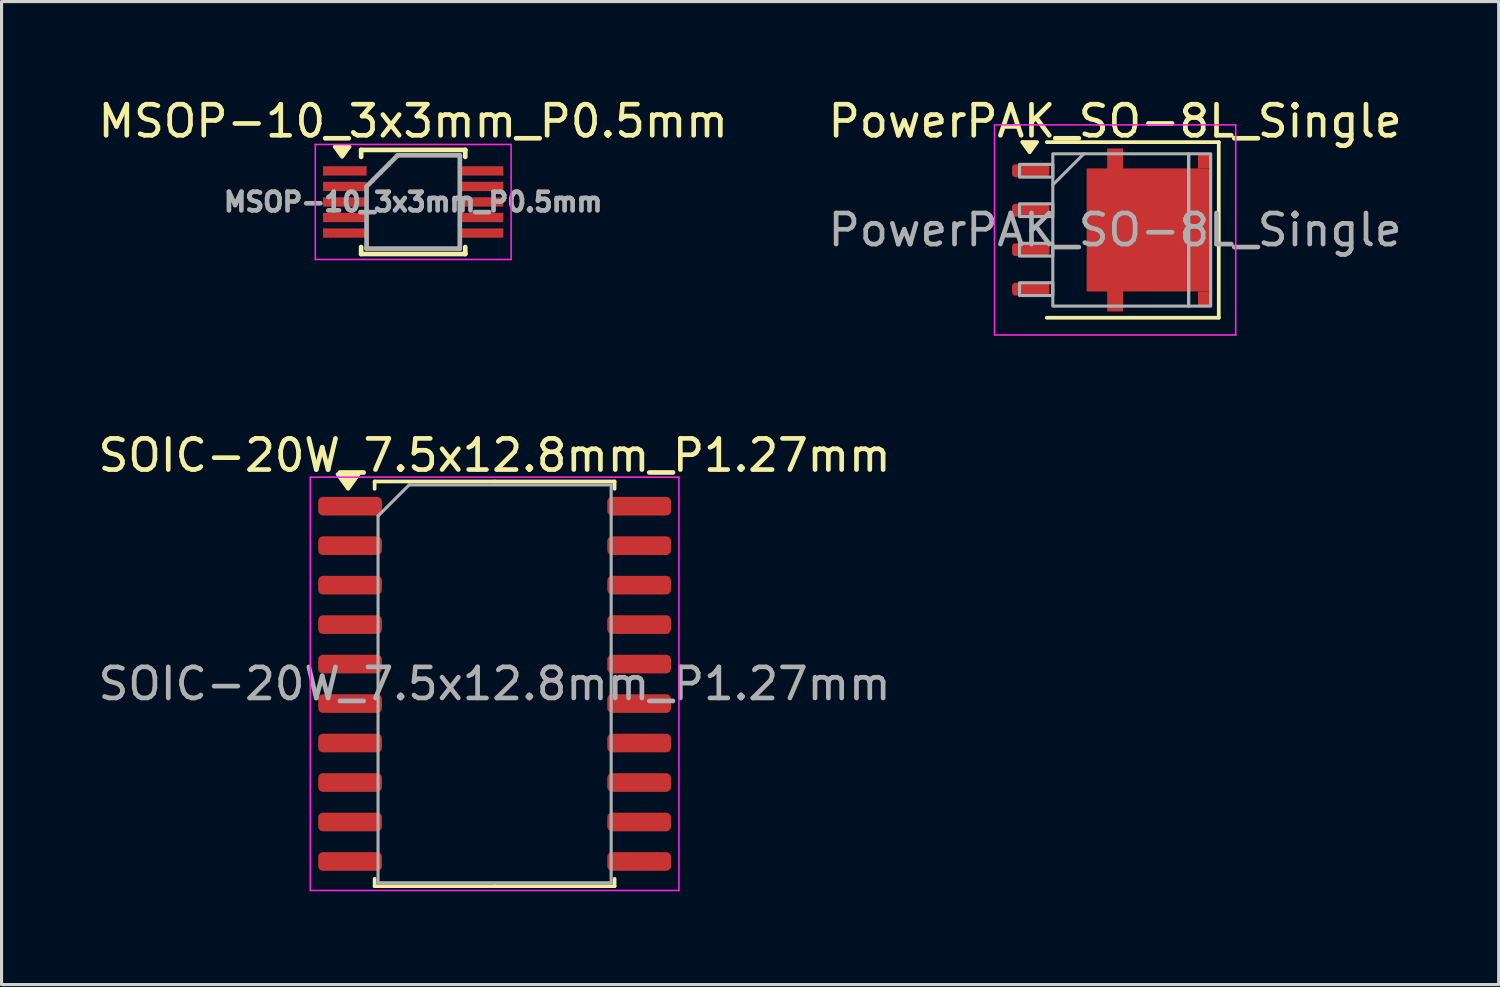
<source format=kicad_pcb>
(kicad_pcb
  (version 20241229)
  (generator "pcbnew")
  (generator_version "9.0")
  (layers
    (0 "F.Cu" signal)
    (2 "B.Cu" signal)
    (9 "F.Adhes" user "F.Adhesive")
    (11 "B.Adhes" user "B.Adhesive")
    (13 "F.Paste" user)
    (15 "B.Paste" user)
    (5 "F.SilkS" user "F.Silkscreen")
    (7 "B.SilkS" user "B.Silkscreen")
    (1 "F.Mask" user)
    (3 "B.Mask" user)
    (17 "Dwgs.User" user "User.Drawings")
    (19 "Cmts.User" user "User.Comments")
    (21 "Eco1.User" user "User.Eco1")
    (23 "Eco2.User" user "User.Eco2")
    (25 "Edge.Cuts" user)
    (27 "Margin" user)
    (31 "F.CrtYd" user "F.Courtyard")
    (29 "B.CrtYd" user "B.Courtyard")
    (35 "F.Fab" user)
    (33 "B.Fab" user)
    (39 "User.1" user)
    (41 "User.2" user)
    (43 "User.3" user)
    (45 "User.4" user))
  (footprint "SOIC-20W_7.5x12.8mm_P1.27mm"
    (layer "F.Cu")
    (at 12.863 18.951)
    (property "Reference" "SOIC-20W_7.5x12.8mm_P1.27mm" (at 0 -7.35 0) (layer "F.SilkS") (effects (font (size 1 1) (thickness 0.15))))
    (attr smd)
    (fp_line (start -3.86 -6.51) (end -3.86 -6.275) (stroke (width 0.12) (type solid)) (layer "F.SilkS"))
    (fp_line (start -3.86 6.51) (end -3.86 6.275) (stroke (width 0.12) (type solid)) (layer "F.SilkS"))
    (fp_line (start 0 -6.51) (end -3.86 -6.51) (stroke (width 0.12) (type solid)) (layer "F.SilkS"))
    (fp_line (start 0 -6.51) (end 3.86 -6.51) (stroke (width 0.12) (type solid)) (layer "F.SilkS"))
    (fp_line (start 0 6.51) (end -3.86 6.51) (stroke (width 0.12) (type solid)) (layer "F.SilkS"))
    (fp_line (start 0 6.51) (end 3.86 6.51) (stroke (width 0.12) (type solid)) (layer "F.SilkS"))
    (fp_line (start 3.86 -6.51) (end 3.86 -6.275) (stroke (width 0.12) (type solid)) (layer "F.SilkS"))
    (fp_line (start 3.86 6.51) (end 3.86 6.275) (stroke (width 0.12) (type solid)) (layer "F.SilkS"))
    (fp_poly (pts (xy -4.713 -6.275) (xy -5.053 -6.745) (xy -4.372 -6.745) (xy -4.713 -6.275)) (stroke (width 0.12) (type solid)) (fill yes) (layer "F.SilkS"))
    (fp_line (start -5.93 -6.65) (end -5.93 6.65) (stroke (width 0.05) (type solid)) (layer "F.CrtYd"))
    (fp_line (start -5.93 6.65) (end 5.93 6.65) (stroke (width 0.05) (type solid)) (layer "F.CrtYd"))
    (fp_line (start 5.93 -6.65) (end -5.93 -6.65) (stroke (width 0.05) (type solid)) (layer "F.CrtYd"))
    (fp_line (start 5.93 6.65) (end 5.93 -6.65) (stroke (width 0.05) (type solid)) (layer "F.CrtYd"))
    (fp_line (start -3.75 -5.4) (end -2.75 -6.4) (stroke (width 0.1) (type solid)) (layer "F.Fab"))
    (fp_line (start -3.75 6.4) (end -3.75 -5.4) (stroke (width 0.1) (type solid)) (layer "F.Fab"))
    (fp_line (start -2.75 -6.4) (end 3.75 -6.4) (stroke (width 0.1) (type solid)) (layer "F.Fab"))
    (fp_line (start 3.75 -6.4) (end 3.75 6.4) (stroke (width 0.1) (type solid)) (layer "F.Fab"))
    (fp_line (start 3.75 6.4) (end -3.75 6.4) (stroke (width 0.1) (type solid)) (layer "F.Fab"))
    (fp_text user "${REFERENCE}" (at 0 0 0) (layer "F.Fab") (effects (font (size 1 1) (thickness 0.15))))
    (pad "1" smd roundrect (at -4.65 -5.715) (size 2.05 0.6) (layers "F.Cu" "F.Mask" "F.Paste") (roundrect_rratio 0.25))
    (pad "2" smd roundrect (at -4.65 -4.445) (size 2.05 0.6) (layers "F.Cu" "F.Mask" "F.Paste") (roundrect_rratio 0.25))
    (pad "3" smd roundrect (at -4.65 -3.175) (size 2.05 0.6) (layers "F.Cu" "F.Mask" "F.Paste") (roundrect_rratio 0.25))
    (pad "4" smd roundrect (at -4.65 -1.905) (size 2.05 0.6) (layers "F.Cu" "F.Mask" "F.Paste") (roundrect_rratio 0.25))
    (pad "5" smd roundrect (at -4.65 -0.635) (size 2.05 0.6) (layers "F.Cu" "F.Mask" "F.Paste") (roundrect_rratio 0.25))
    (pad "6" smd roundrect (at -4.65 0.635) (size 2.05 0.6) (layers "F.Cu" "F.Mask" "F.Paste") (roundrect_rratio 0.25))
    (pad "7" smd roundrect (at -4.65 1.905) (size 2.05 0.6) (layers "F.Cu" "F.Mask" "F.Paste") (roundrect_rratio 0.25))
    (pad "8" smd roundrect (at -4.65 3.175) (size 2.05 0.6) (layers "F.Cu" "F.Mask" "F.Paste") (roundrect_rratio 0.25))
    (pad "9" smd roundrect (at -4.65 4.445) (size 2.05 0.6) (layers "F.Cu" "F.Mask" "F.Paste") (roundrect_rratio 0.25))
    (pad "10" smd roundrect (at -4.65 5.715) (size 2.05 0.6) (layers "F.Cu" "F.Mask" "F.Paste") (roundrect_rratio 0.25))
    (pad "11" smd roundrect (at 4.65 5.715) (size 2.05 0.6) (layers "F.Cu" "F.Mask" "F.Paste") (roundrect_rratio 0.25))
    (pad "12" smd roundrect (at 4.65 4.445) (size 2.05 0.6) (layers "F.Cu" "F.Mask" "F.Paste") (roundrect_rratio 0.25))
    (pad "13" smd roundrect (at 4.65 3.175) (size 2.05 0.6) (layers "F.Cu" "F.Mask" "F.Paste") (roundrect_rratio 0.25))
    (pad "14" smd roundrect (at 4.65 1.905) (size 2.05 0.6) (layers "F.Cu" "F.Mask" "F.Paste") (roundrect_rratio 0.25))
    (pad "15" smd roundrect (at 4.65 0.635) (size 2.05 0.6) (layers "F.Cu" "F.Mask" "F.Paste") (roundrect_rratio 0.25))
    (pad "16" smd roundrect (at 4.65 -0.635) (size 2.05 0.6) (layers "F.Cu" "F.Mask" "F.Paste") (roundrect_rratio 0.25))
    (pad "17" smd roundrect (at 4.65 -1.905) (size 2.05 0.6) (layers "F.Cu" "F.Mask" "F.Paste") (roundrect_rratio 0.25))
    (pad "18" smd roundrect (at 4.65 -3.175) (size 2.05 0.6) (layers "F.Cu" "F.Mask" "F.Paste") (roundrect_rratio 0.25))
    (pad "19" smd roundrect (at 4.65 -4.445) (size 2.05 0.6) (layers "F.Cu" "F.Mask" "F.Paste") (roundrect_rratio 0.25))
    (pad "20" smd roundrect (at 4.65 -5.715) (size 2.05 0.6) (layers "F.Cu" "F.Mask" "F.Paste") (roundrect_rratio 0.25)))
  (footprint "PowerPAK_SO-8L_Single"
    (layer "F.Cu")
    (at 32.827 4.348)
    (property "Reference" "PowerPAK_SO-8L_Single" (at 0 -3.5 0) (layer "F.SilkS") (effects (font (size 1 1) (thickness 0.15))))
    (attr smd)
    (fp_line (start -2.2 -2.825) (end 3.335 -2.825) (stroke (width 0.12) (type solid)) (layer "F.SilkS"))
    (fp_line (start -2.2 2.825) (end 3.335 2.825) (stroke (width 0.12) (type solid)) (layer "F.SilkS"))
    (fp_line (start 3.335 -2.825) (end 3.335 2.825) (stroke (width 0.12) (type solid)) (layer "F.SilkS"))
    (fp_poly (pts (xy -2.75 -2.5) (xy -2.51 -2.83) (xy -2.99 -2.83) (xy -2.75 -2.5)) (stroke (width 0.12) (type solid)) (fill yes) (layer "F.SilkS"))
    (fp_line (start -3.88 -3.38) (end -3.88 3.38) (stroke (width 0.05) (type solid)) (layer "F.CrtYd"))
    (fp_line (start -3.88 -3.38) (end 3.88 -3.38) (stroke (width 0.05) (type solid)) (layer "F.CrtYd"))
    (fp_line (start -3.88 3.38) (end 3.88 3.38) (stroke (width 0.05) (type solid)) (layer "F.CrtYd"))
    (fp_line (start 3.88 -3.38) (end 3.88 3.38) (stroke (width 0.05) (type solid)) (layer "F.CrtYd"))
    (fp_line (start -2.005 -1.45) (end -1.005 -2.45) (stroke (width 0.1) (type default)) (layer "F.Fab"))
    (fp_rect (start -3.075 -2.11) (end -2.005 -1.7) (stroke (width 0.1) (type default)) (fill no) (layer "F.Fab"))
    (fp_rect (start -3.075 -0.84) (end -2.005 -0.43) (stroke (width 0.1) (type default)) (fill no) (layer "F.Fab"))
    (fp_rect (start -3.075 0.43) (end -2.005 0.84) (stroke (width 0.1) (type default)) (fill no) (layer "F.Fab"))
    (fp_rect (start -3.075 1.7) (end -2.005 2.11) (stroke (width 0.1) (type default)) (fill no) (layer "F.Fab"))
    (fp_rect (start -2.005 -2.45) (end 2.365 2.45) (stroke (width 0.1) (type default)) (fill no) (layer "F.Fab"))
    (fp_rect (start 2.365 -2.45) (end 3.075 2.45) (stroke (width 0.1) (type default)) (fill no) (layer "F.Fab"))
    (fp_text user "${REFERENCE}" (at 0 0 0) (layer "F.Fab") (effects (font (size 1 1) (thickness 0.15))))
    (pad "" smd roundrect (at 0.107 -0.965) (size 1.645 1.63) (layers "F.Paste") (roundrect_rratio 0.25))
    (pad "" smd roundrect (at 0.107 0.965) (size 1.645 1.63) (layers "F.Paste") (roundrect_rratio 0.25))
    (pad "" smd roundrect (at 2.053 -0.965) (size 1.645 1.63) (layers "F.Paste") (roundrect_rratio 0.25))
    (pad "" smd roundrect (at 2.053 0.965) (size 1.645 1.63) (layers "F.Paste") (roundrect_rratio 0.25))
    (pad "1" smd roundrect (at -2.715 -1.905) (size 1.2 0.41) (layers "F.Cu" "F.Mask" "F.Paste") (roundrect_rratio 0.25))
    (pad "2" smd roundrect (at -2.715 -0.635) (size 1.2 0.41) (layers "F.Cu" "F.Mask" "F.Paste") (roundrect_rratio 0.25))
    (pad "3" smd roundrect (at -2.715 0.635) (size 1.2 0.41) (layers "F.Cu" "F.Mask" "F.Paste") (roundrect_rratio 0.25))
    (pad "4" smd roundrect (at -2.715 1.905) (size 1.2 0.41) (layers "F.Cu" "F.Mask" "F.Paste") (roundrect_rratio 0.25))
    (pad "5" smd rect (at 0 -2.272) (size 0.51 0.7) (layers "F.Cu" "F.Mask" "F.Paste"))
    (pad "5" smd rect (at 0 2.272) (size 0.51 0.7) (layers "F.Cu" "F.Mask" "F.Paste"))
    (pad "5" smd rect (at 1.08 0) (size 3.99 3.96) (layers "F.Cu" "F.Mask"))
    (pad "5" smd rect (at 2.87 -2.215) (size 0.41 0.47) (layers "F.Cu" "F.Mask" "F.Paste"))
    (pad "5" smd rect (at 2.87 2.215) (size 0.41 0.47) (layers "F.Cu" "F.Mask" "F.Paste")))
  (footprint "MSOP-10_3x3mm_P0.5mm"
    (layer "F.Cu")
    (at 10.244 3.448)
    (property "Reference" "MSOP-10_3x3mm_P0.5mm" (at 0 -2.6 0) (layer "F.SilkS") (effects (font (size 1 1) (thickness 0.15))))
    (attr smd)
    (fp_line (start -1.675 -1.675) (end -1.675 -1.45) (stroke (width 0.15) (type solid)) (layer "F.SilkS"))
    (fp_line (start -1.675 -1.675) (end 1.675 -1.675) (stroke (width 0.15) (type solid)) (layer "F.SilkS"))
    (fp_line (start -1.675 1.45) (end -1.675 1.675) (stroke (width 0.15) (type solid)) (layer "F.SilkS"))
    (fp_line (start -1.675 1.675) (end 1.675 1.675) (stroke (width 0.15) (type solid)) (layer "F.SilkS"))
    (fp_line (start 1.675 -1.675) (end 1.675 -1.45) (stroke (width 0.15) (type solid)) (layer "F.SilkS"))
    (fp_line (start 1.675 1.675) (end 1.675 1.45) (stroke (width 0.15) (type solid)) (layer "F.SilkS"))
    (fp_poly (pts (xy -2.288 -1.45) (xy -2.527 -1.78) (xy -2.047 -1.78) (xy -2.288 -1.45)) (stroke (width 0.12) (type solid)) (fill yes) (layer "F.SilkS"))
    (fp_line (start -3.15 -1.85) (end -3.15 1.85) (stroke (width 0.05) (type solid)) (layer "F.CrtYd"))
    (fp_line (start -3.15 -1.85) (end 3.15 -1.85) (stroke (width 0.05) (type solid)) (layer "F.CrtYd"))
    (fp_line (start -3.15 1.85) (end 3.15 1.85) (stroke (width 0.05) (type solid)) (layer "F.CrtYd"))
    (fp_line (start 3.15 -1.85) (end 3.15 1.85) (stroke (width 0.05) (type solid)) (layer "F.CrtYd"))
    (fp_line (start -1.5 -0.5) (end -0.5 -1.5) (stroke (width 0.15) (type solid)) (layer "F.Fab"))
    (fp_line (start -1.5 1.5) (end -1.5 -0.5) (stroke (width 0.15) (type solid)) (layer "F.Fab"))
    (fp_line (start -0.5 -1.5) (end 1.5 -1.5) (stroke (width 0.15) (type solid)) (layer "F.Fab"))
    (fp_line (start 1.5 -1.5) (end 1.5 1.5) (stroke (width 0.15) (type solid)) (layer "F.Fab"))
    (fp_line (start 1.5 1.5) (end -1.5 1.5) (stroke (width 0.15) (type solid)) (layer "F.Fab"))
    (fp_text user "${REFERENCE}" (at 0 0 0) (layer "F.Fab") (effects (font (size 0.6 0.6) (thickness 0.15))))
    (pad "1" smd rect (at -2.2 -1) (size 1.4 0.3) (layers "F.Cu" "F.Mask" "F.Paste"))
    (pad "2" smd rect (at -2.2 -0.5) (size 1.4 0.3) (layers "F.Cu" "F.Mask" "F.Paste"))
    (pad "3" smd rect (at -2.2 0) (size 1.4 0.3) (layers "F.Cu" "F.Mask" "F.Paste"))
    (pad "4" smd rect (at -2.2 0.5) (size 1.4 0.3) (layers "F.Cu" "F.Mask" "F.Paste"))
    (pad "5" smd rect (at -2.2 1) (size 1.4 0.3) (layers "F.Cu" "F.Mask" "F.Paste"))
    (pad "6" smd rect (at 2.2 1) (size 1.4 0.3) (layers "F.Cu" "F.Mask" "F.Paste"))
    (pad "7" smd rect (at 2.2 0.5) (size 1.4 0.3) (layers "F.Cu" "F.Mask" "F.Paste"))
    (pad "8" smd rect (at 2.2 0) (size 1.4 0.3) (layers "F.Cu" "F.Mask" "F.Paste"))
    (pad "9" smd rect (at 2.2 -0.5) (size 1.4 0.3) (layers "F.Cu" "F.Mask" "F.Paste"))
    (pad "10" smd rect (at 2.2 -1) (size 1.4 0.3) (layers "F.Cu" "F.Mask" "F.Paste")))
  (gr_rect
    (start -3 -3)
    (end 45.167 28.627)
    (stroke (width 0.1) (type default))
    (fill no)
    (layer "Edge.Cuts")))
</source>
